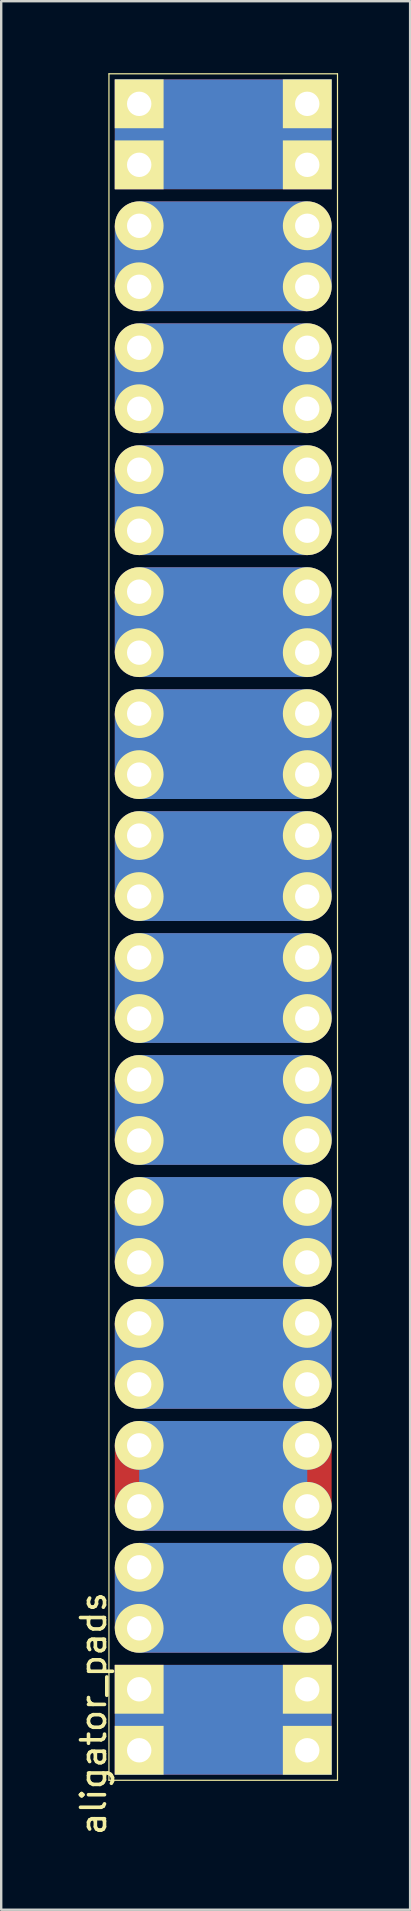
<source format=kicad_pcb>
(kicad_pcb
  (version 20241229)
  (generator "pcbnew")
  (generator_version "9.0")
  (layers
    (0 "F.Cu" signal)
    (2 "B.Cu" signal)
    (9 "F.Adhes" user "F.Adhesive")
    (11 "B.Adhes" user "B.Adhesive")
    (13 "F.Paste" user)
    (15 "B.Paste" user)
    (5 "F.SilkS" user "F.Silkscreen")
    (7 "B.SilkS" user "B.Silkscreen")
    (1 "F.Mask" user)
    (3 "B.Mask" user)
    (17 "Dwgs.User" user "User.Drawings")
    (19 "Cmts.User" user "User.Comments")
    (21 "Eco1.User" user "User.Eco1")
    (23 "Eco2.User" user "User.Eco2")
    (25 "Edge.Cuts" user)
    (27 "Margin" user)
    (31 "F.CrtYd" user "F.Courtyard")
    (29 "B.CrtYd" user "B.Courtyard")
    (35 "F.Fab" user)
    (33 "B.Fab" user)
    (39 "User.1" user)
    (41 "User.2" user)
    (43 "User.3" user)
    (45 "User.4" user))
  (footprint "aligator_pads"
    (layer "F.Cu")
    (at 6.248 35.565)
    (property "Reference" "aligator_pads" (at -5.4 32.76 90) (layer "F.SilkS") (effects (font (size 1 1) (thickness 0.15))))
    (attr through_hole)
    (fp_line (start -4.76 -35.54) (end -4.76 35.54) (stroke (width 0.05) (type solid)) (layer "F.SilkS"))
    (fp_line (start -4.76 -35.54) (end 4.76 -35.54) (stroke (width 0.05) (type solid)) (layer "F.SilkS"))
    (fp_line (start -4.76 35.54) (end 4.76 35.54) (stroke (width 0.05) (type solid)) (layer "F.SilkS"))
    (fp_line (start 4.76 -35.54) (end 4.76 35.54) (stroke (width 0.05) (type solid)) (layer "F.SilkS"))
    (pad "1" thru_hole rect (at -3.5 -34.29) (size 2.032 2.032) (drill 1.016) (layers "*.Cu" "*.Mask" "F.SilkS"))
    (pad "1" thru_hole rect (at -3.5 -31.75) (size 2.032 2.032) (drill 1.016) (layers "*.Cu" "*.Mask" "F.SilkS"))
    (pad "1" smd rect (at 0 -33.02) (size 9.032 4.572) (layers "F.Cu" "F.Mask" "F.Paste"))
    (pad "1" smd rect (at 0 -33.02) (size 9.032 4.572) (layers "F.Mask" "B.Cu" "F.Paste"))
    (pad "1" thru_hole rect (at 3.5 -34.29) (size 2.032 2.032) (drill 1.016) (layers "*.Cu" "*.Mask" "F.SilkS"))
    (pad "1" thru_hole rect (at 3.5 -31.75) (size 2.032 2.032) (drill 1.016) (layers "*.Cu" "*.Mask" "F.SilkS"))
    (pad "2" thru_hole circle (at -3.5 -29.21) (size 2.032 2.032) (drill 1.016) (layers "*.Cu" "*.Mask" "F.SilkS"))
    (pad "2" thru_hole circle (at -3.5 -26.67) (size 2.032 2.032) (drill 1.016) (layers "*.Cu" "*.Mask" "F.SilkS"))
    (pad "2" smd rect (at 0 -27.94) (size 7 4.57) (layers "F.Cu" "F.Mask" "F.Paste"))
    (pad "2" smd rect (at 0 -27.94) (size 7 4.57) (layers "F.Mask" "B.Cu" "F.Paste"))
    (pad "2" smd rect (at 0 -27.94) (size 9.032 2.54) (layers "F.Cu" "F.Mask" "F.Paste"))
    (pad "2" smd rect (at 0 -27.94) (size 9.032 2.54) (layers "F.Mask" "B.Cu" "F.Paste"))
    (pad "2" thru_hole circle (at 3.5 -29.21) (size 2.032 2.032) (drill 1.016) (layers "*.Cu" "*.Mask" "F.SilkS"))
    (pad "2" thru_hole circle (at 3.5 -26.67) (size 2.032 2.032) (drill 1.016) (layers "*.Cu" "*.Mask" "F.SilkS"))
    (pad "3" thru_hole circle (at -3.5 -24.13) (size 2.032 2.032) (drill 1.016) (layers "*.Cu" "*.Mask" "F.SilkS"))
    (pad "3" thru_hole circle (at -3.5 -21.59) (size 2.032 2.032) (drill 1.016) (layers "*.Cu" "*.Mask" "F.SilkS"))
    (pad "3" smd rect (at 0 -22.86) (size 7 4.572) (layers "F.Cu" "F.Mask" "F.Paste"))
    (pad "3" smd rect (at 0 -22.86) (size 7 4.572) (layers "F.Mask" "B.Cu" "F.Paste"))
    (pad "3" smd rect (at 0 -22.86) (size 9.032 2.54) (layers "F.Cu" "F.Mask" "F.Paste"))
    (pad "3" smd rect (at 0 -22.86) (size 9.032 2.54) (layers "F.Mask" "B.Cu" "F.Paste"))
    (pad "3" thru_hole circle (at 3.5 -24.13) (size 2.032 2.032) (drill 1.016) (layers "*.Cu" "*.Mask" "F.SilkS"))
    (pad "3" thru_hole circle (at 3.5 -21.59) (size 2.032 2.032) (drill 1.016) (layers "*.Cu" "*.Mask" "F.SilkS"))
    (pad "4" thru_hole circle (at -3.5 -19.05) (size 2.032 2.032) (drill 1.016) (layers "*.Cu" "*.Mask" "F.SilkS"))
    (pad "4" thru_hole circle (at -3.5 -16.51) (size 2.032 2.032) (drill 1.016) (layers "*.Cu" "*.Mask" "F.SilkS"))
    (pad "4" smd rect (at 0 -17.78) (size 7 4.572) (layers "F.Cu" "F.Mask" "F.Paste"))
    (pad "4" smd rect (at 0 -17.78) (size 7 4.572) (layers "F.Mask" "B.Cu" "F.Paste"))
    (pad "4" smd rect (at 0 -17.78) (size 9.032 2.54) (layers "F.Cu" "F.Mask" "F.Paste"))
    (pad "4" smd rect (at 0 -17.78) (size 9.032 2.54) (layers "F.Mask" "B.Cu" "F.Paste"))
    (pad "4" thru_hole circle (at 3.5 -19.05) (size 2.032 2.032) (drill 1.016) (layers "*.Cu" "*.Mask" "F.SilkS"))
    (pad "4" thru_hole circle (at 3.5 -16.51) (size 2.032 2.032) (drill 1.016) (layers "*.Cu" "*.Mask" "F.SilkS"))
    (pad "5" thru_hole circle (at -3.5 -13.97) (size 2.032 2.032) (drill 1.016) (layers "*.Cu" "*.Mask" "F.SilkS"))
    (pad "5" thru_hole circle (at -3.5 -11.43) (size 2.032 2.032) (drill 1.016) (layers "*.Cu" "*.Mask" "F.SilkS"))
    (pad "5" smd rect (at 0 -12.7) (size 7 4.572) (layers "F.Cu" "F.Mask" "F.Paste"))
    (pad "5" smd rect (at 0 -12.7) (size 7 4.572) (layers "F.Mask" "B.Cu" "F.Paste"))
    (pad "5" smd rect (at 0 -12.7) (size 9.032 2.54) (layers "F.Cu" "F.Mask" "F.Paste"))
    (pad "5" smd rect (at 0 -12.7) (size 9.032 2.54) (layers "F.Mask" "B.Cu" "F.Paste"))
    (pad "5" thru_hole circle (at 3.5 -13.97) (size 2.032 2.032) (drill 1.016) (layers "*.Cu" "*.Mask" "F.SilkS"))
    (pad "5" thru_hole circle (at 3.5 -11.43) (size 2.032 2.032) (drill 1.016) (layers "*.Cu" "*.Mask" "F.SilkS"))
    (pad "6" thru_hole circle (at -3.5 -8.89) (size 2.032 2.032) (drill 1.016) (layers "*.Cu" "*.Mask" "F.SilkS"))
    (pad "6" thru_hole circle (at -3.5 -6.35) (size 2.032 2.032) (drill 1.016) (layers "*.Cu" "*.Mask" "F.SilkS"))
    (pad "6" smd rect (at 0 -7.62) (size 7 4.572) (layers "F.Cu" "F.Mask" "F.Paste"))
    (pad "6" smd rect (at 0 -7.62) (size 7 4.572) (layers "F.Mask" "B.Cu" "F.Paste"))
    (pad "6" smd rect (at 0 -7.62) (size 9.032 2.54) (layers "F.Cu" "F.Mask" "F.Paste"))
    (pad "6" smd rect (at 0 -7.62) (size 9.032 2.54) (layers "F.Mask" "B.Cu" "F.Paste"))
    (pad "6" thru_hole circle (at 3.5 -8.89) (size 2.032 2.032) (drill 1.016) (layers "*.Cu" "*.Mask" "F.SilkS"))
    (pad "6" thru_hole circle (at 3.5 -6.35) (size 2.032 2.032) (drill 1.016) (layers "*.Cu" "*.Mask" "F.SilkS"))
    (pad "7" thru_hole circle (at -3.5 -3.81) (size 2.032 2.032) (drill 1.016) (layers "*.Cu" "*.Mask" "F.SilkS"))
    (pad "7" thru_hole circle (at -3.5 -1.27) (size 2.032 2.032) (drill 1.016) (layers "*.Cu" "*.Mask" "F.SilkS"))
    (pad "7" smd rect (at 0 -2.54) (size 7 4.572) (layers "F.Cu" "F.Mask" "F.Paste"))
    (pad "7" smd rect (at 0 -2.54) (size 7 4.572) (layers "F.Mask" "B.Cu" "F.Paste"))
    (pad "7" smd rect (at 0 -2.54) (size 9.032 2.54) (layers "F.Cu" "F.Mask" "F.Paste"))
    (pad "7" smd rect (at 0 -2.54) (size 9.032 2.54) (layers "F.Mask" "B.Cu" "F.Paste"))
    (pad "7" thru_hole circle (at 3.5 -3.81) (size 2.032 2.032) (drill 1.016) (layers "*.Cu" "*.Mask" "F.SilkS"))
    (pad "7" thru_hole circle (at 3.5 -1.27) (size 2.032 2.032) (drill 1.016) (layers "*.Cu" "*.Mask" "F.SilkS"))
    (pad "8" thru_hole circle (at -3.5 1.27) (size 2.032 2.032) (drill 1.016) (layers "*.Cu" "*.Mask" "F.SilkS"))
    (pad "8" thru_hole circle (at -3.5 3.81) (size 2.032 2.032) (drill 1.016) (layers "*.Cu" "*.Mask" "F.SilkS"))
    (pad "8" smd rect (at 0 2.54) (size 7 4.572) (layers "F.Cu" "F.Mask" "F.Paste"))
    (pad "8" smd rect (at 0 2.54) (size 7 4.572) (layers "F.Mask" "B.Cu" "F.Paste"))
    (pad "8" smd rect (at 0 2.54) (size 9.032 2.54) (layers "F.Cu" "F.Mask" "F.Paste"))
    (pad "8" smd rect (at 0 2.54) (size 9.032 2.54) (layers "F.Mask" "B.Cu" "F.Paste"))
    (pad "8" thru_hole circle (at 3.5 1.27) (size 2.032 2.032) (drill 1.016) (layers "*.Cu" "*.Mask" "F.SilkS"))
    (pad "8" thru_hole circle (at 3.5 3.81) (size 2.032 2.032) (drill 1.016) (layers "*.Cu" "*.Mask" "F.SilkS"))
    (pad "9" thru_hole circle (at -3.5 6.35) (size 2.032 2.032) (drill 1.016) (layers "*.Cu" "*.Mask" "F.SilkS"))
    (pad "9" thru_hole circle (at -3.5 8.89) (size 2.032 2.032) (drill 1.016) (layers "*.Cu" "*.Mask" "F.SilkS"))
    (pad "9" smd rect (at 0 7.62) (size 7 4.572) (layers "F.Cu" "F.Mask" "F.Paste"))
    (pad "9" smd rect (at 0 7.62) (size 7 4.572) (layers "F.Mask" "B.Cu" "F.Paste"))
    (pad "9" smd rect (at 0 7.62) (size 9.032 2.54) (layers "F.Cu" "F.Mask" "F.Paste"))
    (pad "9" smd rect (at 0 7.62) (size 9.032 2.54) (layers "F.Mask" "B.Cu" "F.Paste"))
    (pad "9" thru_hole circle (at 3.5 6.35) (size 2.032 2.032) (drill 1.016) (layers "*.Cu" "*.Mask" "F.SilkS"))
    (pad "9" thru_hole circle (at 3.5 8.89) (size 2.032 2.032) (drill 1.016) (layers "*.Cu" "*.Mask" "F.SilkS"))
    (pad "10" thru_hole circle (at -3.5 11.43) (size 2.032 2.032) (drill 1.016) (layers "*.Cu" "*.Mask" "F.SilkS"))
    (pad "10" thru_hole circle (at -3.5 13.97) (size 2.032 2.032) (drill 1.016) (layers "*.Cu" "*.Mask" "F.SilkS"))
    (pad "10" smd rect (at 0 12.7) (size 7 4.572) (layers "F.Cu" "F.Mask" "F.Paste"))
    (pad "10" smd rect (at 0 12.7) (size 7 4.572) (layers "F.Mask" "B.Cu" "F.Paste"))
    (pad "10" smd rect (at 0 12.7) (size 9.032 2.54) (layers "F.Cu" "F.Mask" "F.Paste"))
    (pad "10" smd rect (at 0 12.7) (size 9.032 2.54) (layers "F.Mask" "B.Cu" "F.Paste"))
    (pad "10" thru_hole circle (at 3.5 11.43) (size 2.032 2.032) (drill 1.016) (layers "*.Cu" "*.Mask" "F.SilkS"))
    (pad "10" thru_hole circle (at 3.5 13.97) (size 2.032 2.032) (drill 1.016) (layers "*.Cu" "*.Mask" "F.SilkS"))
    (pad "11" thru_hole circle (at -3.5 16.51) (size 2.032 2.032) (drill 1.016) (layers "*.Cu" "*.Mask" "F.SilkS"))
    (pad "11" thru_hole circle (at -3.5 19.05) (size 2.032 2.032) (drill 1.016) (layers "*.Cu" "*.Mask" "F.SilkS"))
    (pad "11" smd rect (at 0 17.78) (size 7 4.572) (layers "F.Cu" "F.Mask" "F.Paste"))
    (pad "11" smd rect (at 0 17.78) (size 7 4.572) (layers "F.Mask" "B.Cu" "F.Paste"))
    (pad "11" smd rect (at 0 17.78) (size 9.032 2.54) (layers "F.Cu" "F.Mask" "F.Paste"))
    (pad "11" smd rect (at 0 17.78) (size 9.032 2.54) (layers "F.Mask" "B.Cu" "F.Paste"))
    (pad "11" thru_hole circle (at 3.5 16.51) (size 2.032 2.032) (drill 1.016) (layers "*.Cu" "*.Mask" "F.SilkS"))
    (pad "11" thru_hole circle (at 3.5 19.05) (size 2.032 2.032) (drill 1.016) (layers "*.Cu" "*.Mask" "F.SilkS"))
    (pad "12" thru_hole circle (at -3.5 21.59) (size 2.032 2.032) (drill 1.016) (layers "*.Cu" "*.Mask" "F.SilkS"))
    (pad "12" thru_hole circle (at -3.5 24.13) (size 2.032 2.032) (drill 1.016) (layers "*.Cu" "*.Mask" "F.SilkS"))
    (pad "12" smd rect (at 0 22.86) (size 7 4.572) (layers "F.Cu" "F.Mask" "F.Paste"))
    (pad "12" smd rect (at 0 22.86) (size 7 4.572) (layers "F.Mask" "B.Cu" "F.Paste"))
    (pad "12" smd rect (at 0 22.86) (size 9.032 2.54) (layers "F.Cu" "F.Mask" "F.Paste"))
    (pad "12" thru_hole circle (at 3.5 21.59) (size 2.032 2.032) (drill 1.016) (layers "*.Cu" "*.Mask" "F.SilkS"))
    (pad "12" thru_hole circle (at 3.5 24.13) (size 2.032 2.032) (drill 1.016) (layers "*.Cu" "*.Mask" "F.SilkS"))
    (pad "13" thru_hole circle (at -3.5 26.67) (size 2.032 2.032) (drill 1.016) (layers "*.Cu" "*.Mask" "F.SilkS"))
    (pad "13" thru_hole circle (at -3.5 29.21) (size 2.032 2.032) (drill 1.016) (layers "*.Cu" "*.Mask" "F.SilkS"))
    (pad "13" smd rect (at 0 27.94) (size 7 4.572) (layers "F.Cu" "F.Mask" "F.Paste"))
    (pad "13" smd rect (at 0 27.94) (size 7 4.572) (layers "F.Mask" "B.Cu" "F.Paste"))
    (pad "13" smd rect (at 0 27.94) (size 9.032 2.54) (layers "F.Cu" "F.Mask" "F.Paste"))
    (pad "13" smd rect (at 0 27.94) (size 9.032 2.54) (layers "F.Mask" "B.Cu" "F.Paste"))
    (pad "13" thru_hole circle (at 3.5 26.67) (size 2.032 2.032) (drill 1.016) (layers "*.Cu" "*.Mask" "F.SilkS"))
    (pad "13" thru_hole circle (at 3.5 29.21) (size 2.032 2.032) (drill 1.016) (layers "*.Cu" "*.Mask" "F.SilkS"))
    (pad "14" thru_hole rect (at -3.5 31.75) (size 2.032 2.032) (drill 1.016) (layers "*.Cu" "*.Mask" "F.SilkS"))
    (pad "14" thru_hole rect (at -3.5 34.29) (size 2.032 2.032) (drill 1.016) (layers "*.Cu" "*.Mask" "F.SilkS"))
    (pad "14" smd rect (at 0 33.02) (size 9.032 4.572) (layers "F.Cu" "F.Mask" "F.Paste"))
    (pad "14" smd rect (at 0 33.02) (size 9.032 4.572) (layers "F.Mask" "B.Cu" "F.Paste"))
    (pad "14" thru_hole rect (at 3.5 31.75) (size 2.032 2.032) (drill 1.016) (layers "*.Cu" "*.Mask" "F.SilkS"))
    (pad "14" thru_hole rect (at 3.5 34.29) (size 2.032 2.032) (drill 1.016) (layers "*.Cu" "*.Mask" "F.SilkS")))
  (gr_rect
    (start -3 -3)
    (end 14.033 76.498)
    (stroke (width 0.1) (type default))
    (fill no)
    (layer "Edge.Cuts")))
</source>
